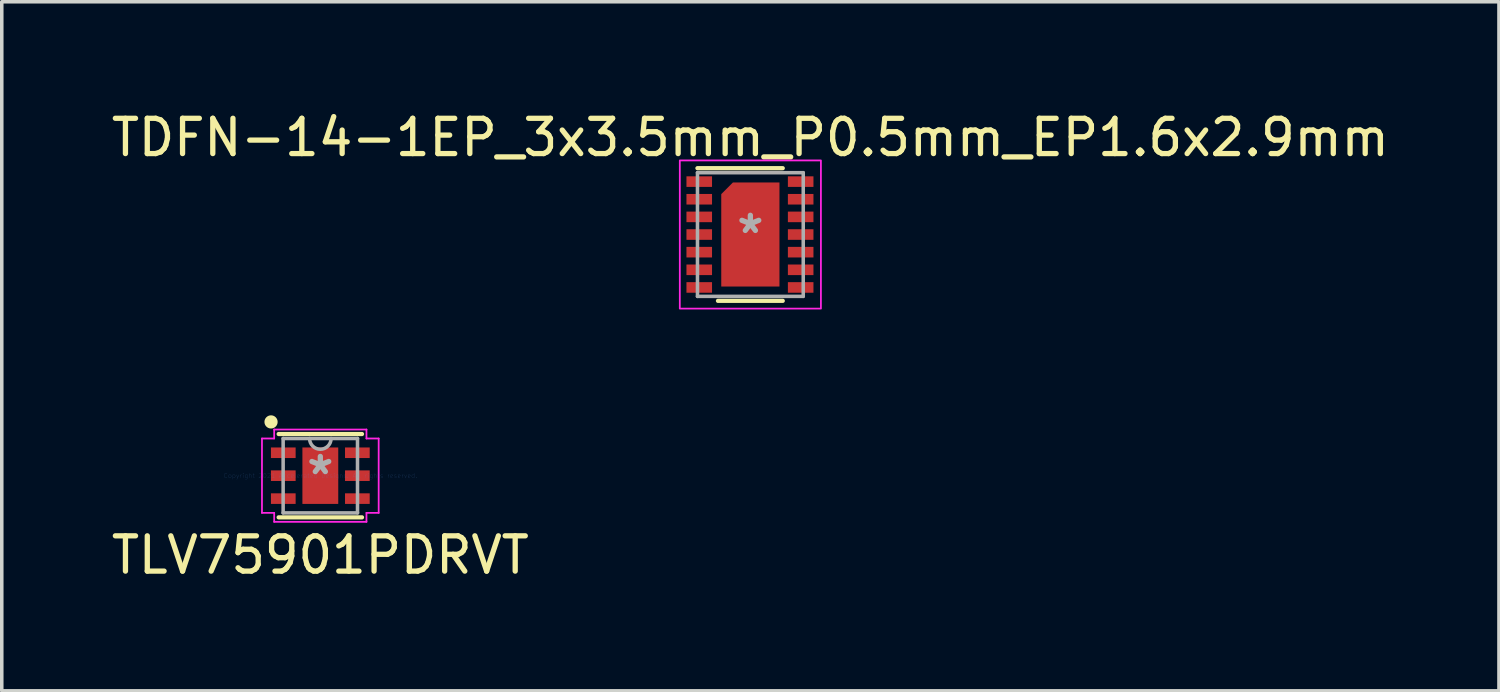
<source format=kicad_pcb>
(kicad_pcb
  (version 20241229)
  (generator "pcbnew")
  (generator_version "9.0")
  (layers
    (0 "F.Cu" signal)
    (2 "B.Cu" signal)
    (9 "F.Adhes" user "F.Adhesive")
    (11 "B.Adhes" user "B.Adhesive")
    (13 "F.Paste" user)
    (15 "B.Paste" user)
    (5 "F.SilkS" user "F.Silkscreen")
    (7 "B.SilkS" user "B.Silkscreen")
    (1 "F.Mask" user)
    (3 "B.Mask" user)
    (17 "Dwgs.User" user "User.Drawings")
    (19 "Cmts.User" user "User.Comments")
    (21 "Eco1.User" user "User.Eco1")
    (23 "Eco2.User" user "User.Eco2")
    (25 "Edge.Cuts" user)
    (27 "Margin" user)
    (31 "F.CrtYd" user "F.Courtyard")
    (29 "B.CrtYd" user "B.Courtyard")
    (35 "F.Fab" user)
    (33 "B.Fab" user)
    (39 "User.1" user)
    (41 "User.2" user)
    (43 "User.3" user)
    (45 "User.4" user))
  (footprint "TDFN-14-1EP_3x3.5mm_P0.5mm_EP1.6x2.9mm"
    (layer "F.Cu")
    (at 18.22 3.598)
    (property "Reference" "TDFN-14-1EP_3x3.5mm_P0.5mm_EP1.6x2.9mm" (at 0 -2.75 0) (unlocked yes) (layer "F.SilkS") (effects (font (size 1 1) (thickness 0.15))))
    (attr smd)
    (fp_line (start -0.918 1.88) (end 0.918 1.88) (stroke (width 0.12) (type solid)) (layer "F.SilkS"))
    (fp_line (start 0.918 -1.88) (end -1.5 -1.88) (stroke (width 0.12) (type solid)) (layer "F.SilkS"))
    (fp_rect (start -2 -2.1) (end 2 2.1) (stroke (width 0.05) (type solid)) (fill no) (layer "F.CrtYd"))
    (fp_line (start -1.499 -1.753) (end -1.499 1.753) (stroke (width 0.1) (type solid)) (layer "F.Fab"))
    (fp_line (start -1.499 1.753) (end 1.499 1.753) (stroke (width 0.1) (type solid)) (layer "F.Fab"))
    (fp_line (start 1.499 -1.753) (end -1.499 -1.753) (stroke (width 0.1) (type solid)) (layer "F.Fab"))
    (fp_line (start 1.499 1.753) (end 1.499 -1.753) (stroke (width 0.1) (type solid)) (layer "F.Fab"))
    (fp_text user "*" (at 0 0 0) (layer "F.Fab") (effects (font (size 1 1) (thickness 0.15))))
    (pad "1" smd rect (at -1.449 -1.5) (size 0.725 0.3) (layers "F.Cu" "F.Mask" "F.Paste"))
    (pad "2" smd rect (at -1.449 -1) (size 0.725 0.3) (layers "F.Cu" "F.Mask" "F.Paste"))
    (pad "3" smd rect (at -1.449 -0.5) (size 0.725 0.3) (layers "F.Cu" "F.Mask" "F.Paste"))
    (pad "4" smd rect (at -1.449 0) (size 0.725 0.3) (layers "F.Cu" "F.Mask" "F.Paste"))
    (pad "5" smd rect (at -1.449 0.5) (size 0.725 0.3) (layers "F.Cu" "F.Mask" "F.Paste"))
    (pad "6" smd rect (at -1.449 1) (size 0.725 0.3) (layers "F.Cu" "F.Mask" "F.Paste"))
    (pad "7" smd rect (at -1.449 1.5) (size 0.725 0.3) (layers "F.Cu" "F.Mask" "F.Paste"))
    (pad "8" smd rect (at 1.426 1.5) (size 0.725 0.3) (layers "F.Cu" "F.Mask" "F.Paste"))
    (pad "9" smd rect (at 1.426 1) (size 0.725 0.3) (layers "F.Cu" "F.Mask" "F.Paste"))
    (pad "10" smd rect (at 1.426 0.5) (size 0.725 0.3) (layers "F.Cu" "F.Mask" "F.Paste"))
    (pad "11" smd rect (at 1.426 0) (size 0.725 0.3) (layers "F.Cu" "F.Mask" "F.Paste"))
    (pad "12" smd rect (at 1.426 -0.5) (size 0.725 0.3) (layers "F.Cu" "F.Mask" "F.Paste"))
    (pad "13" smd rect (at 1.426 -1) (size 0.725 0.3) (layers "F.Cu" "F.Mask" "F.Paste"))
    (pad "14" smd rect (at 1.426 -1.5) (size 0.725 0.3) (layers "F.Cu" "F.Mask" "F.Paste"))
    (pad "15" smd roundrect (at 0 0) (size 1.65 2.95) (layers "F.Cu" "F.Mask" "F.Paste") (roundrect_rratio 0) (chamfer_ratio 0.2) (chamfer top_left)))
  (footprint "TLV75901PDRVT"
    (layer "F.Cu")
    (at 6.03 10.434)
    (property "Reference" "TLV75901PDRVT" (at 0 2.25 180) (layer "F.SilkS") (effects (font (size 1 1) (thickness 0.15))))
    (attr smd)
    (fp_poly (pts (xy -0.572 -0.864) (xy -0.2 -0.864) (xy -0.2 0.864) (xy -0.572 0.864)) (stroke (width 0.1) (type solid)) (fill yes) (layer "F.Mask"))
    (fp_poly (pts (xy -0.572 -0.864) (xy 0.572 -0.864) (xy 0.572 -0.594) (xy -0.572 -0.594)) (stroke (width 0.1) (type solid)) (fill yes) (layer "F.Mask"))
    (fp_poly (pts (xy -0.572 -0.194) (xy 0.572 -0.194) (xy 0.572 0.194) (xy -0.572 0.194)) (stroke (width 0.1) (type solid)) (fill yes) (layer "F.Mask"))
    (fp_poly (pts (xy -0.572 0.594) (xy 0.572 0.594) (xy 0.572 0.864) (xy -0.572 0.864)) (stroke (width 0.1) (type solid)) (fill yes) (layer "F.Mask"))
    (fp_poly (pts (xy 0.2 -0.864) (xy 0.572 -0.864) (xy 0.572 0.864) (xy 0.2 0.864)) (stroke (width 0.1) (type solid)) (fill yes) (layer "F.Mask"))
    (fp_line (start -1.181 1.181) (end 1.181 1.181) (stroke (width 0.12) (type solid)) (layer "F.SilkS"))
    (fp_line (start 1.181 -1.181) (end -1.181 -1.181) (stroke (width 0.12) (type solid)) (layer "F.SilkS"))
    (fp_circle (center -1.397 -1.524) (end -1.27 -1.524) (stroke (width 0.12) (type solid)) (fill yes) (layer "F.SilkS"))
    (fp_poly (pts (xy -0.433 -0.725) (xy -0.433 -0.494) (xy -0.241 -0.494) (xy -0.1 -0.635) (xy -0.1 -0.725)) (stroke (width 0.1) (type solid)) (fill yes) (layer "F.Paste"))
    (fp_poly (pts (xy -0.433 0.494) (xy -0.433 0.725) (xy -0.1 0.725) (xy -0.1 0.635) (xy -0.241 0.494)) (stroke (width 0.1) (type solid)) (fill yes) (layer "F.Paste"))
    (fp_poly (pts (xy 0.1 -0.725) (xy 0.1 -0.635) (xy 0.241 -0.494) (xy 0.433 -0.494) (xy 0.433 -0.725)) (stroke (width 0.1) (type solid)) (fill yes) (layer "F.Paste"))
    (fp_poly (pts (xy 0.241 0.494) (xy 0.1 0.635) (xy 0.1 0.725) (xy 0.433 0.725) (xy 0.433 0.494)) (stroke (width 0.1) (type solid)) (fill yes) (layer "F.Paste"))
    (fp_poly (pts (xy -0.433 -0.294) (xy -0.433 0.294) (xy -0.241 0.294) (xy -0.1 0.152) (xy -0.1 -0.152) (xy -0.241 -0.294)) (stroke (width 0.1) (type solid)) (fill yes) (layer "F.Paste"))
    (fp_poly (pts (xy 0.241 -0.294) (xy 0.1 -0.152) (xy 0.1 0.152) (xy 0.241 0.294) (xy 0.433 0.294) (xy 0.433 -0.294)) (stroke (width 0.1) (type solid)) (fill yes) (layer "F.Paste"))
    (fp_circle (center 0 -0.394) (end 0.191 -0.394) (stroke (width 0.152) (type solid)) (fill no) (layer "Eco1.User"))
    (fp_circle (center 0 0.394) (end 0.191 0.394) (stroke (width 0.152) (type solid)) (fill no) (layer "Eco1.User"))
    (fp_line (start -1.654 -1.054) (end -1.308 -1.054) (stroke (width 0.05) (type solid)) (layer "F.CrtYd"))
    (fp_line (start -1.654 1.054) (end -1.654 -1.054) (stroke (width 0.05) (type solid)) (layer "F.CrtYd"))
    (fp_line (start -1.654 1.054) (end -1.308 1.054) (stroke (width 0.05) (type solid)) (layer "F.CrtYd"))
    (fp_line (start -1.308 -1.308) (end 1.308 -1.308) (stroke (width 0.05) (type solid)) (layer "F.CrtYd"))
    (fp_line (start -1.308 -1.054) (end -1.308 -1.308) (stroke (width 0.05) (type solid)) (layer "F.CrtYd"))
    (fp_line (start -1.308 1.308) (end -1.308 1.054) (stroke (width 0.05) (type solid)) (layer "F.CrtYd"))
    (fp_line (start 1.308 -1.308) (end 1.308 -1.054) (stroke (width 0.05) (type solid)) (layer "F.CrtYd"))
    (fp_line (start 1.308 1.054) (end 1.308 1.308) (stroke (width 0.05) (type solid)) (layer "F.CrtYd"))
    (fp_line (start 1.308 1.308) (end -1.308 1.308) (stroke (width 0.05) (type solid)) (layer "F.CrtYd"))
    (fp_line (start 1.654 -1.054) (end 1.308 -1.054) (stroke (width 0.05) (type solid)) (layer "F.CrtYd"))
    (fp_line (start 1.654 -1.054) (end 1.654 1.054) (stroke (width 0.05) (type solid)) (layer "F.CrtYd"))
    (fp_line (start 1.654 1.054) (end 1.308 1.054) (stroke (width 0.05) (type solid)) (layer "F.CrtYd"))
    (fp_line (start -1.054 -1.054) (end -1.054 1.054) (stroke (width 0.1) (type solid)) (layer "F.Fab"))
    (fp_line (start -1.054 1.054) (end 1.054 1.054) (stroke (width 0.1) (type solid)) (layer "F.Fab"))
    (fp_line (start 1.054 -1.054) (end -1.054 -1.054) (stroke (width 0.1) (type solid)) (layer "F.Fab"))
    (fp_line (start 1.054 1.054) (end 1.054 -1.054) (stroke (width 0.1) (type solid)) (layer "F.Fab"))
    (fp_arc (start 0.3048 -1.0541) (mid 0 -0.7493) (end -0.3048 -1.0541) (stroke (width 0.1) (type solid)) (layer "F.Fab"))
    (fp_text user "Copyright 2021 Accelerated Designs. All rights reserved." (at 0 0 180) (layer "Cmts.User") (effects (font (size 0.127 0.127) (thickness 0.002))))
    (fp_text user "*" (at 0 0 180) (layer "F.Fab") (effects (font (size 1 1) (thickness 0.15))))
    (pad "1" smd rect (at -1.05 -0.65) (size 0.7 0.3) (layers "F.Cu" "F.Mask" "F.Paste"))
    (pad "2" smd rect (at -1.05 0) (size 0.7 0.3) (layers "F.Cu" "F.Mask" "F.Paste"))
    (pad "3" smd rect (at -1.05 0.65) (size 0.7 0.3) (layers "F.Cu" "F.Mask" "F.Paste"))
    (pad "4" smd rect (at 1.05 0.65) (size 0.7 0.3) (layers "F.Cu" "F.Mask" "F.Paste"))
    (pad "5" smd rect (at 1.05 0) (size 0.7 0.3) (layers "F.Cu" "F.Mask" "F.Paste"))
    (pad "6" smd rect (at 1.05 -0.65) (size 0.7 0.3) (layers "F.Cu" "F.Mask" "F.Paste"))
    (pad "7" smd rect (at 0 0) (size 1.016 1.6) (layers "F.Cu")))
  (gr_rect
    (start -3 -3)
    (end 39.44 16.532)
    (stroke (width 0.1) (type default))
    (fill no)
    (layer "Edge.Cuts")))
</source>
